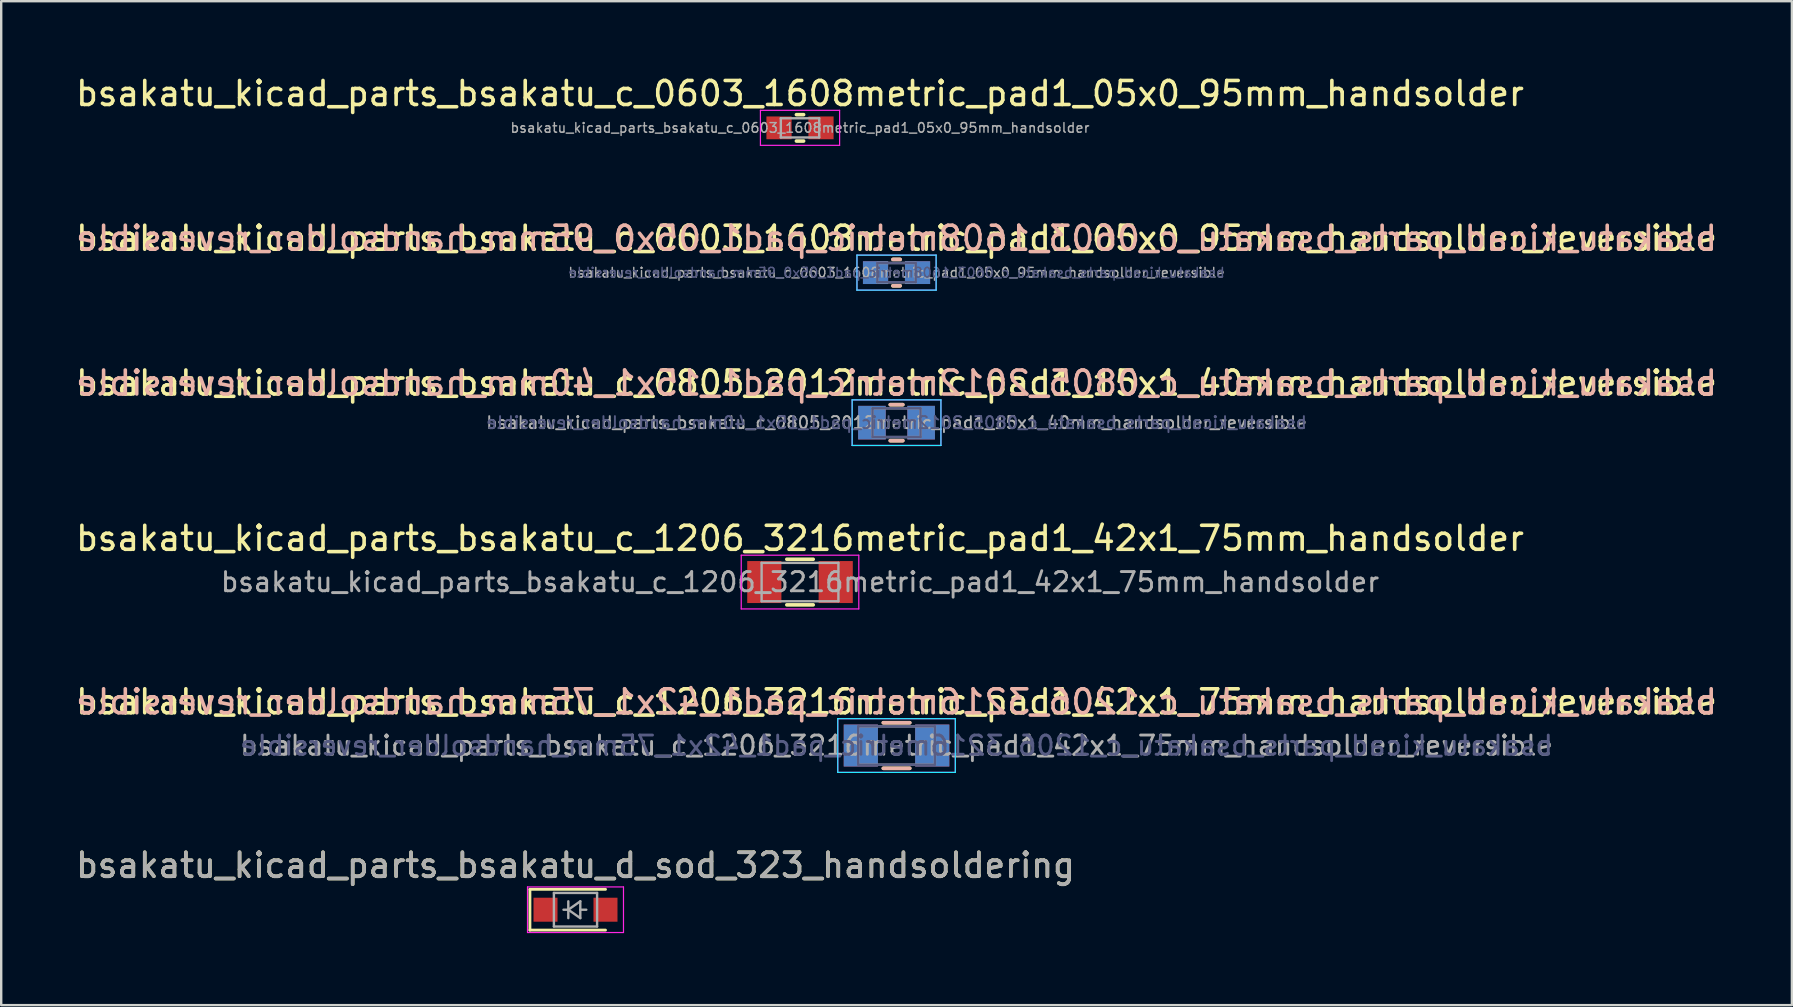
<source format=kicad_pcb>
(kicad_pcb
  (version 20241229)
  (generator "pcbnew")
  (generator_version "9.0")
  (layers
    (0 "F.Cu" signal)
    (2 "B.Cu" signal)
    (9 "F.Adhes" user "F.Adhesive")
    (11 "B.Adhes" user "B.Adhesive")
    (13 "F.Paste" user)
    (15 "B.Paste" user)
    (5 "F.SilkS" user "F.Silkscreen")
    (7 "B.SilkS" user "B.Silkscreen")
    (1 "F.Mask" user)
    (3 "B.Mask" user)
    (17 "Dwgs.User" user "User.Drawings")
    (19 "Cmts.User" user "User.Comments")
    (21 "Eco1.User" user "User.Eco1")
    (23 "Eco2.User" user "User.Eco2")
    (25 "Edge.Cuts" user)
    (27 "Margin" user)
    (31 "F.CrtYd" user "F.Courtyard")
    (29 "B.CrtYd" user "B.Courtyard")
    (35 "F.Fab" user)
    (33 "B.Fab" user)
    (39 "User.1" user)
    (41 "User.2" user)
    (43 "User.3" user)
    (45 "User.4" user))
  (footprint "bsakatu_kicad_parts_bsakatu_d_sod_323_handsoldering"
    (layer "F.Cu")
    (at 20.935 34.864)
    (property "Reference" "bsakatu_kicad_parts_bsakatu_d_sod_323_handsoldering" (at 0 -1.85 0) (layer "F.SilkS") (effects (font (size 1 1) (thickness 0.15))))
    (attr smd)
    (fp_line (start -1.9 -0.85) (end -1.9 0.85) (stroke (width 0.12) (type solid)) (layer "F.SilkS"))
    (fp_line (start -1.9 -0.85) (end 1.25 -0.85) (stroke (width 0.12) (type solid)) (layer "F.SilkS"))
    (fp_line (start -1.9 0.85) (end 1.25 0.85) (stroke (width 0.12) (type solid)) (layer "F.SilkS"))
    (fp_line (start -2 -0.95) (end -2 0.95) (stroke (width 0.05) (type solid)) (layer "F.CrtYd"))
    (fp_line (start -2 -0.95) (end 2 -0.95) (stroke (width 0.05) (type solid)) (layer "F.CrtYd"))
    (fp_line (start -2 0.95) (end 2 0.95) (stroke (width 0.05) (type solid)) (layer "F.CrtYd"))
    (fp_line (start 2 -0.95) (end 2 0.95) (stroke (width 0.05) (type solid)) (layer "F.CrtYd"))
    (fp_line (start -0.9 -0.7) (end 0.9 -0.7) (stroke (width 0.1) (type solid)) (layer "F.Fab"))
    (fp_line (start -0.9 0.7) (end -0.9 -0.7) (stroke (width 0.1) (type solid)) (layer "F.Fab"))
    (fp_line (start -0.3 -0.35) (end -0.3 0.35) (stroke (width 0.1) (type solid)) (layer "F.Fab"))
    (fp_line (start -0.3 0) (end -0.5 0) (stroke (width 0.1) (type solid)) (layer "F.Fab"))
    (fp_line (start -0.3 0) (end 0.2 -0.35) (stroke (width 0.1) (type solid)) (layer "F.Fab"))
    (fp_line (start 0.2 -0.35) (end 0.2 0.35) (stroke (width 0.1) (type solid)) (layer "F.Fab"))
    (fp_line (start 0.2 0) (end 0.45 0) (stroke (width 0.1) (type solid)) (layer "F.Fab"))
    (fp_line (start 0.2 0.35) (end -0.3 0) (stroke (width 0.1) (type solid)) (layer "F.Fab"))
    (fp_line (start 0.9 -0.7) (end 0.9 0.7) (stroke (width 0.1) (type solid)) (layer "F.Fab"))
    (fp_line (start 0.9 0.7) (end -0.9 0.7) (stroke (width 0.1) (type solid)) (layer "F.Fab"))
    (fp_text user "${REFERENCE}" (at 0 -1.85 0) (layer "F.Fab") (effects (font (size 1 1) (thickness 0.15))))
    (pad "1" smd rect (at -1.25 0) (size 1 1) (layers "F.Cu" "F.Mask" "F.Paste"))
    (pad "2" smd rect (at 1.25 0) (size 1 1) (layers "F.Cu" "F.Mask" "F.Paste")))
  (footprint "bsakatu_kicad_parts_bsakatu_c_0603_1608metric_pad1_05x0_95mm_handsolder_reversible"
    (layer "F.Cu")
    (at 34.315 8.312)
    (property "Reference" "bsakatu_kicad_parts_bsakatu_c_0603_1608metric_pad1_05x0_95mm_handsolder_reversible" (at 0 -1.43 0) (layer "F.SilkS") (effects (font (size 1 1) (thickness 0.15))))
    (attr smd)
    (fp_line (start -0.15 -0.55) (end 0.15 -0.55) (stroke (width 0.15) (type solid)) (layer "F.SilkS"))
    (fp_line (start -0.15 0.55) (end 0.15 0.55) (stroke (width 0.15) (type solid)) (layer "F.SilkS"))
    (fp_line (start -0.15 -0.55) (end 0.15 -0.55) (stroke (width 0.15) (type solid)) (layer "B.SilkS"))
    (fp_line (start -0.15 0.55) (end 0.15 0.55) (stroke (width 0.15) (type solid)) (layer "B.SilkS"))
    (fp_line (start -1.65 -0.73) (end -1.65 0.73) (stroke (width 0.05) (type solid)) (layer "B.CrtYd"))
    (fp_line (start -1.65 0.73) (end 1.65 0.73) (stroke (width 0.05) (type solid)) (layer "B.CrtYd"))
    (fp_line (start 1.65 -0.73) (end -1.65 -0.73) (stroke (width 0.05) (type solid)) (layer "B.CrtYd"))
    (fp_line (start 1.65 0.73) (end 1.65 -0.73) (stroke (width 0.05) (type solid)) (layer "B.CrtYd"))
    (fp_line (start -1.65 -0.73) (end 1.65 -0.73) (stroke (width 0.05) (type solid)) (layer "F.CrtYd"))
    (fp_line (start -1.65 0.73) (end -1.65 -0.73) (stroke (width 0.05) (type solid)) (layer "F.CrtYd"))
    (fp_line (start 1.65 -0.73) (end 1.65 0.73) (stroke (width 0.05) (type solid)) (layer "F.CrtYd"))
    (fp_line (start 1.65 0.73) (end -1.65 0.73) (stroke (width 0.05) (type solid)) (layer "F.CrtYd"))
    (fp_line (start -0.8 -0.4) (end -0.8 0.4) (stroke (width 0.1) (type solid)) (layer "B.Fab"))
    (fp_line (start -0.8 0.4) (end 0.8 0.4) (stroke (width 0.1) (type solid)) (layer "B.Fab"))
    (fp_line (start 0.8 -0.4) (end -0.8 -0.4) (stroke (width 0.1) (type solid)) (layer "B.Fab"))
    (fp_line (start 0.8 0.4) (end 0.8 -0.4) (stroke (width 0.1) (type solid)) (layer "B.Fab"))
    (fp_line (start -0.8 -0.4) (end 0.8 -0.4) (stroke (width 0.1) (type solid)) (layer "F.Fab"))
    (fp_line (start -0.8 0.4) (end -0.8 -0.4) (stroke (width 0.1) (type solid)) (layer "F.Fab"))
    (fp_line (start 0.8 -0.4) (end 0.8 0.4) (stroke (width 0.1) (type solid)) (layer "F.Fab"))
    (fp_line (start 0.8 0.4) (end -0.8 0.4) (stroke (width 0.1) (type solid)) (layer "F.Fab"))
    (fp_text user "${REFERENCE}" (at 0 -1.43 0) (layer "B.SilkS") (effects (font (size 1 1) (thickness 0.15)) (justify mirror)))
    (fp_text user "${REFERENCE}" (at 0 0 0) (layer "B.Fab") (effects (font (size 0.4 0.4) (thickness 0.06)) (justify mirror)))
    (fp_text user "${REFERENCE}" (at 0 0 0) (layer "F.Fab") (effects (font (size 0.4 0.4) (thickness 0.06))))
    (pad "1" smd rect (at -0.875 0) (size 1.05 0.95) (layers "F.Cu" "F.Mask" "F.Paste"))
    (pad "1" smd rect (at -0.875 0) (size 1.05 0.95) (layers "B.Cu" "B.Mask" "B.Paste"))
    (pad "2" smd rect (at 0.875 0) (size 1.05 0.95) (layers "F.Cu" "F.Mask" "F.Paste"))
    (pad "2" smd rect (at 0.875 0) (size 1.05 0.95) (layers "B.Cu" "B.Mask" "B.Paste")))
  (footprint "bsakatu_kicad_parts_bsakatu_c_1206_3216metric_pad1_42x1_75mm_handsolder"
    (layer "F.Cu")
    (at 30.292 21.208)
    (property "Reference" "bsakatu_kicad_parts_bsakatu_c_1206_3216metric_pad1_42x1_75mm_handsolder" (at 0 -1.82 0) (layer "F.SilkS") (effects (font (size 1 1) (thickness 0.15))))
    (attr smd)
    (fp_line (start -0.55 -0.95) (end 0.55 -0.95) (stroke (width 0.15) (type solid)) (layer "F.SilkS"))
    (fp_line (start -0.55 0.95) (end 0.55 0.95) (stroke (width 0.15) (type solid)) (layer "F.SilkS"))
    (fp_line (start -2.45 -1.12) (end 2.45 -1.12) (stroke (width 0.05) (type solid)) (layer "F.CrtYd"))
    (fp_line (start -2.45 1.12) (end -2.45 -1.12) (stroke (width 0.05) (type solid)) (layer "F.CrtYd"))
    (fp_line (start 2.45 -1.12) (end 2.45 1.12) (stroke (width 0.05) (type solid)) (layer "F.CrtYd"))
    (fp_line (start 2.45 1.12) (end -2.45 1.12) (stroke (width 0.05) (type solid)) (layer "F.CrtYd"))
    (fp_line (start -1.6 -0.8) (end 1.6 -0.8) (stroke (width 0.1) (type solid)) (layer "F.Fab"))
    (fp_line (start -1.6 0.8) (end -1.6 -0.8) (stroke (width 0.1) (type solid)) (layer "F.Fab"))
    (fp_line (start 1.6 -0.8) (end 1.6 0.8) (stroke (width 0.1) (type solid)) (layer "F.Fab"))
    (fp_line (start 1.6 0.8) (end -1.6 0.8) (stroke (width 0.1) (type solid)) (layer "F.Fab"))
    (fp_text user "${REFERENCE}" (at 0 0 0) (layer "F.Fab") (effects (font (size 0.8 0.8) (thickness 0.12))))
    (pad "1" smd rect (at -1.488 0) (size 1.425 1.75) (layers "F.Cu" "F.Mask" "F.Paste"))
    (pad "2" smd rect (at 1.488 0) (size 1.425 1.75) (layers "F.Cu" "F.Mask" "F.Paste")))
  (footprint "bsakatu_kicad_parts_bsakatu_c_0805_2012metric_pad1_15x1_40mm_handsolder_reversible"
    (layer "F.Cu")
    (at 34.315 14.565)
    (property "Reference" "bsakatu_kicad_parts_bsakatu_c_0805_2012metric_pad1_15x1_40mm_handsolder_reversible" (at 0 -1.65 0) (layer "F.SilkS") (effects (font (size 1 1) (thickness 0.15))))
    (attr smd)
    (fp_line (start -0.261 -0.75) (end 0.261 -0.75) (stroke (width 0.15) (type solid)) (layer "F.SilkS"))
    (fp_line (start -0.261 0.75) (end 0.261 0.75) (stroke (width 0.15) (type solid)) (layer "F.SilkS"))
    (fp_line (start -0.261 -0.75) (end 0.261 -0.75) (stroke (width 0.15) (type solid)) (layer "B.SilkS"))
    (fp_line (start -0.261 0.75) (end 0.261 0.75) (stroke (width 0.15) (type solid)) (layer "B.SilkS"))
    (fp_line (start -1.85 -0.95) (end -1.85 0.95) (stroke (width 0.05) (type solid)) (layer "B.CrtYd"))
    (fp_line (start -1.85 0.95) (end 1.85 0.95) (stroke (width 0.05) (type solid)) (layer "B.CrtYd"))
    (fp_line (start 1.85 -0.95) (end -1.85 -0.95) (stroke (width 0.05) (type solid)) (layer "B.CrtYd"))
    (fp_line (start 1.85 0.95) (end 1.85 -0.95) (stroke (width 0.05) (type solid)) (layer "B.CrtYd"))
    (fp_line (start -1.85 -0.95) (end 1.85 -0.95) (stroke (width 0.05) (type solid)) (layer "F.CrtYd"))
    (fp_line (start -1.85 0.95) (end -1.85 -0.95) (stroke (width 0.05) (type solid)) (layer "F.CrtYd"))
    (fp_line (start 1.85 -0.95) (end 1.85 0.95) (stroke (width 0.05) (type solid)) (layer "F.CrtYd"))
    (fp_line (start 1.85 0.95) (end -1.85 0.95) (stroke (width 0.05) (type solid)) (layer "F.CrtYd"))
    (fp_line (start -1 -0.6) (end -1 0.6) (stroke (width 0.1) (type solid)) (layer "B.Fab"))
    (fp_line (start -1 0.6) (end 1 0.6) (stroke (width 0.1) (type solid)) (layer "B.Fab"))
    (fp_line (start 1 -0.6) (end -1 -0.6) (stroke (width 0.1) (type solid)) (layer "B.Fab"))
    (fp_line (start 1 0.6) (end 1 -0.6) (stroke (width 0.1) (type solid)) (layer "B.Fab"))
    (fp_line (start -1 -0.6) (end 1 -0.6) (stroke (width 0.1) (type solid)) (layer "F.Fab"))
    (fp_line (start -1 0.6) (end -1 -0.6) (stroke (width 0.1) (type solid)) (layer "F.Fab"))
    (fp_line (start 1 -0.6) (end 1 0.6) (stroke (width 0.1) (type solid)) (layer "F.Fab"))
    (fp_line (start 1 0.6) (end -1 0.6) (stroke (width 0.1) (type solid)) (layer "F.Fab"))
    (fp_text user "${REFERENCE}" (at 0 -1.65 0) (layer "B.SilkS") (effects (font (size 1 1) (thickness 0.15)) (justify mirror)))
    (fp_text user "${REFERENCE}" (at 0 0 0) (layer "B.Fab") (effects (font (size 0.5 0.5) (thickness 0.08)) (justify mirror)))
    (fp_text user "${REFERENCE}" (at 0 0 0) (layer "F.Fab") (effects (font (size 0.5 0.5) (thickness 0.08))))
    (pad "1" smd rect (at -1.025 0) (size 1.15 1.4) (layers "F.Cu" "F.Mask" "F.Paste"))
    (pad "1" smd rect (at -1.025 0) (size 1.15 1.4) (layers "B.Cu" "B.Mask" "B.Paste"))
    (pad "2" smd rect (at 1.025 0) (size 1.15 1.4) (layers "F.Cu" "F.Mask" "F.Paste"))
    (pad "2" smd rect (at 1.025 0) (size 1.15 1.4) (layers "B.Cu" "B.Mask" "B.Paste")))
  (footprint "bsakatu_kicad_parts_bsakatu_c_1206_3216metric_pad1_42x1_75mm_handsolder_reversible"
    (layer "F.Cu")
    (at 34.315 28.021)
    (property "Reference" "bsakatu_kicad_parts_bsakatu_c_1206_3216metric_pad1_42x1_75mm_handsolder_reversible" (at 0 -1.82 0) (layer "F.SilkS") (effects (font (size 1 1) (thickness 0.15))))
    (attr smd)
    (fp_line (start -0.55 -0.95) (end 0.55 -0.95) (stroke (width 0.15) (type solid)) (layer "F.SilkS"))
    (fp_line (start -0.55 0.95) (end 0.55 0.95) (stroke (width 0.15) (type solid)) (layer "F.SilkS"))
    (fp_line (start -0.55 -0.95) (end 0.55 -0.95) (stroke (width 0.15) (type solid)) (layer "B.SilkS"))
    (fp_line (start -0.55 0.95) (end 0.55 0.95) (stroke (width 0.15) (type solid)) (layer "B.SilkS"))
    (fp_line (start -2.45 -1.12) (end -2.45 1.12) (stroke (width 0.05) (type solid)) (layer "B.CrtYd"))
    (fp_line (start -2.45 1.12) (end 2.45 1.12) (stroke (width 0.05) (type solid)) (layer "B.CrtYd"))
    (fp_line (start 2.45 -1.12) (end -2.45 -1.12) (stroke (width 0.05) (type solid)) (layer "B.CrtYd"))
    (fp_line (start 2.45 1.12) (end 2.45 -1.12) (stroke (width 0.05) (type solid)) (layer "B.CrtYd"))
    (fp_line (start -2.45 -1.12) (end 2.45 -1.12) (stroke (width 0.05) (type solid)) (layer "F.CrtYd"))
    (fp_line (start -2.45 1.12) (end -2.45 -1.12) (stroke (width 0.05) (type solid)) (layer "F.CrtYd"))
    (fp_line (start 2.45 -1.12) (end 2.45 1.12) (stroke (width 0.05) (type solid)) (layer "F.CrtYd"))
    (fp_line (start 2.45 1.12) (end -2.45 1.12) (stroke (width 0.05) (type solid)) (layer "F.CrtYd"))
    (fp_line (start -1.6 -0.8) (end -1.6 0.8) (stroke (width 0.1) (type solid)) (layer "B.Fab"))
    (fp_line (start -1.6 0.8) (end 1.6 0.8) (stroke (width 0.1) (type solid)) (layer "B.Fab"))
    (fp_line (start 1.6 -0.8) (end -1.6 -0.8) (stroke (width 0.1) (type solid)) (layer "B.Fab"))
    (fp_line (start 1.6 0.8) (end 1.6 -0.8) (stroke (width 0.1) (type solid)) (layer "B.Fab"))
    (fp_line (start -1.6 -0.8) (end 1.6 -0.8) (stroke (width 0.1) (type solid)) (layer "F.Fab"))
    (fp_line (start -1.6 0.8) (end -1.6 -0.8) (stroke (width 0.1) (type solid)) (layer "F.Fab"))
    (fp_line (start 1.6 -0.8) (end 1.6 0.8) (stroke (width 0.1) (type solid)) (layer "F.Fab"))
    (fp_line (start 1.6 0.8) (end -1.6 0.8) (stroke (width 0.1) (type solid)) (layer "F.Fab"))
    (fp_text user "${REFERENCE}" (at 0 -1.82 0) (layer "B.SilkS") (effects (font (size 1 1) (thickness 0.15)) (justify mirror)))
    (fp_text user "${REFERENCE}" (at 0 0 0) (layer "B.Fab") (effects (font (size 0.8 0.8) (thickness 0.12)) (justify mirror)))
    (fp_text user "${REFERENCE}" (at 0 0 0) (layer "F.Fab") (effects (font (size 0.8 0.8) (thickness 0.12))))
    (pad "1" smd rect (at -1.488 0) (size 1.425 1.75) (layers "F.Cu" "F.Mask" "F.Paste"))
    (pad "1" smd rect (at -1.488 0) (size 1.425 1.75) (layers "B.Cu" "B.Mask" "B.Paste"))
    (pad "2" smd rect (at 1.488 0) (size 1.425 1.75) (layers "F.Cu" "F.Mask" "F.Paste"))
    (pad "2" smd rect (at 1.488 0) (size 1.425 1.75) (layers "B.Cu" "B.Mask" "B.Paste")))
  (footprint "bsakatu_kicad_parts_bsakatu_c_0603_1608metric_pad1_05x0_95mm_handsolder"
    (layer "F.Cu")
    (at 30.292 2.278)
    (property "Reference" "bsakatu_kicad_parts_bsakatu_c_0603_1608metric_pad1_05x0_95mm_handsolder" (at 0 -1.43 0) (layer "F.SilkS") (effects (font (size 1 1) (thickness 0.15))))
    (attr smd)
    (fp_line (start -0.15 -0.55) (end 0.15 -0.55) (stroke (width 0.15) (type solid)) (layer "F.SilkS"))
    (fp_line (start -0.15 0.55) (end 0.15 0.55) (stroke (width 0.15) (type solid)) (layer "F.SilkS"))
    (fp_line (start -1.65 -0.73) (end 1.65 -0.73) (stroke (width 0.05) (type solid)) (layer "F.CrtYd"))
    (fp_line (start -1.65 0.73) (end -1.65 -0.73) (stroke (width 0.05) (type solid)) (layer "F.CrtYd"))
    (fp_line (start 1.65 -0.73) (end 1.65 0.73) (stroke (width 0.05) (type solid)) (layer "F.CrtYd"))
    (fp_line (start 1.65 0.73) (end -1.65 0.73) (stroke (width 0.05) (type solid)) (layer "F.CrtYd"))
    (fp_line (start -0.8 -0.4) (end 0.8 -0.4) (stroke (width 0.1) (type solid)) (layer "F.Fab"))
    (fp_line (start -0.8 0.4) (end -0.8 -0.4) (stroke (width 0.1) (type solid)) (layer "F.Fab"))
    (fp_line (start 0.8 -0.4) (end 0.8 0.4) (stroke (width 0.1) (type solid)) (layer "F.Fab"))
    (fp_line (start 0.8 0.4) (end -0.8 0.4) (stroke (width 0.1) (type solid)) (layer "F.Fab"))
    (fp_text user "${REFERENCE}" (at 0 0 0) (layer "F.Fab") (effects (font (size 0.4 0.4) (thickness 0.06))))
    (pad "1" smd rect (at -0.875 0) (size 1.05 0.95) (layers "F.Cu" "F.Mask" "F.Paste"))
    (pad "2" smd rect (at 0.875 0) (size 1.05 0.95) (layers "F.Cu" "F.Mask" "F.Paste")))
  (gr_rect
    (start -3 -3)
    (end 71.631 38.84)
    (stroke (width 0.1) (type default))
    (fill no)
    (layer "Edge.Cuts")))
</source>
